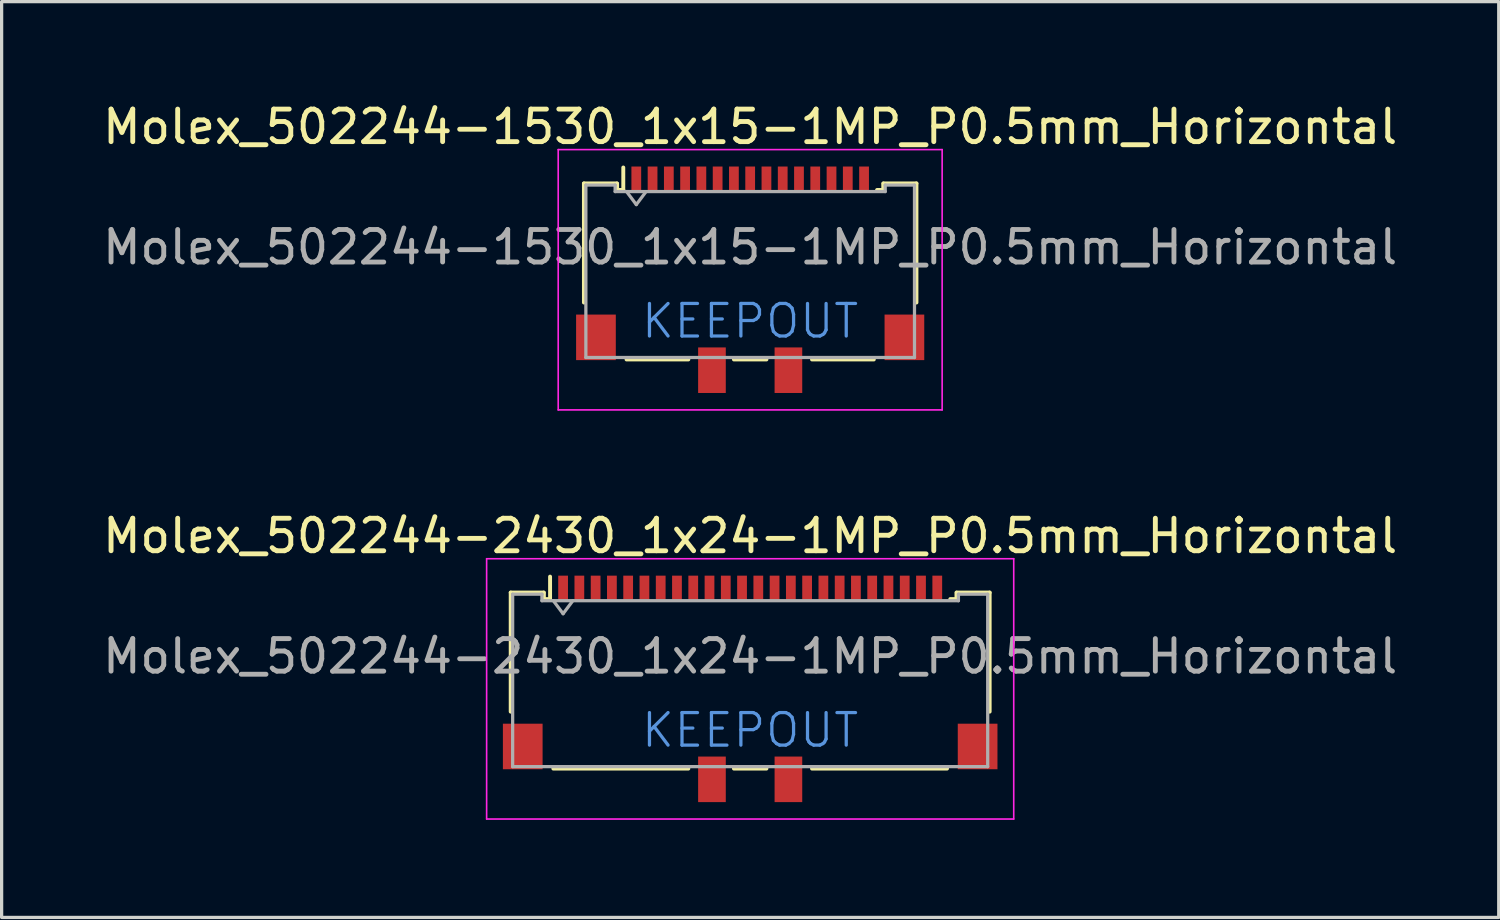
<source format=kicad_pcb>
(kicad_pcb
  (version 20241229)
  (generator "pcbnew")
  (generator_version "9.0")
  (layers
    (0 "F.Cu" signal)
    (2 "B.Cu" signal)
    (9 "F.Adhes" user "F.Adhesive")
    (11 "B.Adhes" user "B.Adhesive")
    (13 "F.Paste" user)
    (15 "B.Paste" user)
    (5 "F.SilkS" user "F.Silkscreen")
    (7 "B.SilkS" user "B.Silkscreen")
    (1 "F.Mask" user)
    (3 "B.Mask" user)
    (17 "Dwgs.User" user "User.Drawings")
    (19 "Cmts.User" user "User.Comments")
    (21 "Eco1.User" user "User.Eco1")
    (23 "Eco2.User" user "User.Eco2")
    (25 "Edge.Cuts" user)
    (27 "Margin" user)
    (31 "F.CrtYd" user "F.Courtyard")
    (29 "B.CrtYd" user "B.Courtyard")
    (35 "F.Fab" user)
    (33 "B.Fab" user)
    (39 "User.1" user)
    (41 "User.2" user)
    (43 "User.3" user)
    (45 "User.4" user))
  (footprint "Molex_502244-1530_1x15-1MP_P0.5mm_Horizontal"
    (layer "F.Cu")
    (at 20.006 5.548)
    (property "Reference" "Molex_502244-1530_1x15-1MP_P0.5mm_Horizontal" (at 0 -4.7 0) (layer "F.SilkS") (effects (font (size 1 1) (thickness 0.15))))
    (attr smd)
    (fp_line (start -5.11 -2.96) (end -4.1 -2.96) (stroke (width 0.12) (type solid)) (layer "F.SilkS"))
    (fp_line (start -5.11 0.7) (end -5.11 -2.96) (stroke (width 0.12) (type solid)) (layer "F.SilkS"))
    (fp_line (start -4.09 -2.76) (end -4.09 -2.96) (stroke (width 0.12) (type solid)) (layer "F.SilkS"))
    (fp_line (start -4.09 -2.76) (end -3.9 -2.76) (stroke (width 0.12) (type solid)) (layer "F.SilkS"))
    (fp_line (start -3.9 -2.76) (end -3.9 -3.45) (stroke (width 0.12) (type solid)) (layer "F.SilkS"))
    (fp_line (start -3.8 2.45) (end -1.9 2.45) (stroke (width 0.12) (type solid)) (layer "F.SilkS"))
    (fp_line (start -0.5 2.45) (end 0.5 2.45) (stroke (width 0.12) (type solid)) (layer "F.SilkS"))
    (fp_line (start 1.9 2.45) (end 3.8 2.45) (stroke (width 0.12) (type solid)) (layer "F.SilkS"))
    (fp_line (start 4.09 -2.96) (end 4.09 -2.76) (stroke (width 0.12) (type solid)) (layer "F.SilkS"))
    (fp_line (start 4.09 -2.76) (end 3.9 -2.76) (stroke (width 0.12) (type solid)) (layer "F.SilkS"))
    (fp_line (start 4.1 -2.96) (end 5.11 -2.96) (stroke (width 0.12) (type solid)) (layer "F.SilkS"))
    (fp_line (start 5.11 -2.96) (end 5.11 0.7) (stroke (width 0.12) (type solid)) (layer "F.SilkS"))
    (fp_line (start -5.9 -4) (end 5.9 -4) (stroke (width 0.05) (type solid)) (layer "F.CrtYd"))
    (fp_line (start -5.9 4) (end -5.9 -4) (stroke (width 0.05) (type solid)) (layer "F.CrtYd"))
    (fp_line (start 5.9 -4) (end 5.9 4) (stroke (width 0.05) (type solid)) (layer "F.CrtYd"))
    (fp_line (start 5.9 4) (end -5.9 4) (stroke (width 0.05) (type solid)) (layer "F.CrtYd"))
    (fp_line (start -5.05 -2.91) (end -5.05 2.39) (stroke (width 0.1) (type solid)) (layer "F.Fab"))
    (fp_line (start -5.05 2.39) (end 5.05 2.39) (stroke (width 0.1) (type solid)) (layer "F.Fab"))
    (fp_line (start -4.15 -2.91) (end -5.05 -2.91) (stroke (width 0.1) (type solid)) (layer "F.Fab"))
    (fp_line (start -4.15 -2.71) (end -4.15 -2.91) (stroke (width 0.1) (type solid)) (layer "F.Fab"))
    (fp_line (start -3.8 -2.71) (end -3.5 -2.31) (stroke (width 0.1) (type solid)) (layer "F.Fab"))
    (fp_line (start -3.5 -2.31) (end -3.2 -2.71) (stroke (width 0.1) (type solid)) (layer "F.Fab"))
    (fp_line (start 4.15 -2.91) (end 4.15 -2.71) (stroke (width 0.1) (type solid)) (layer "F.Fab"))
    (fp_line (start 4.15 -2.71) (end -4.15 -2.71) (stroke (width 0.1) (type solid)) (layer "F.Fab"))
    (fp_line (start 5.05 -2.91) (end 4.15 -2.91) (stroke (width 0.1) (type solid)) (layer "F.Fab"))
    (fp_line (start 5.05 -2.91) (end 5.05 2.39) (stroke (width 0.1) (type solid)) (layer "F.Fab"))
    (fp_text user "KEEPOUT" (at 0 1.271 0) (layer "Cmts.User") (effects (font (size 1 1) (thickness 0.1))))
    (fp_text user "${REFERENCE}" (at 0 -1 0) (layer "F.Fab") (effects (font (size 1 1) (thickness 0.15))))
    (pad "1" smd rect (at -3.5 -3.08) (size 0.3 0.8) (layers "F.Cu" "F.Mask" "F.Paste"))
    (pad "2" smd rect (at -3 -3.08) (size 0.3 0.8) (layers "F.Cu" "F.Mask" "F.Paste"))
    (pad "3" smd rect (at -2.5 -3.08) (size 0.3 0.8) (layers "F.Cu" "F.Mask" "F.Paste"))
    (pad "4" smd rect (at -2 -3.08) (size 0.3 0.8) (layers "F.Cu" "F.Mask" "F.Paste"))
    (pad "5" smd rect (at -1.5 -3.08) (size 0.3 0.8) (layers "F.Cu" "F.Mask" "F.Paste"))
    (pad "6" smd rect (at -1 -3.08) (size 0.3 0.8) (layers "F.Cu" "F.Mask" "F.Paste"))
    (pad "7" smd rect (at -0.5 -3.08) (size 0.3 0.8) (layers "F.Cu" "F.Mask" "F.Paste"))
    (pad "8" smd rect (at 0 -3.08) (size 0.3 0.8) (layers "F.Cu" "F.Mask" "F.Paste"))
    (pad "9" smd rect (at 0.5 -3.08) (size 0.3 0.8) (layers "F.Cu" "F.Mask" "F.Paste"))
    (pad "10" smd rect (at 1 -3.08) (size 0.3 0.8) (layers "F.Cu" "F.Mask" "F.Paste"))
    (pad "11" smd rect (at 1.5 -3.08) (size 0.3 0.8) (layers "F.Cu" "F.Mask" "F.Paste"))
    (pad "12" smd rect (at 2 -3.08) (size 0.3 0.8) (layers "F.Cu" "F.Mask" "F.Paste"))
    (pad "13" smd rect (at 2.5 -3.08) (size 0.3 0.8) (layers "F.Cu" "F.Mask" "F.Paste"))
    (pad "14" smd rect (at 3 -3.08) (size 0.3 0.8) (layers "F.Cu" "F.Mask" "F.Paste"))
    (pad "15" smd rect (at 3.5 -3.08) (size 0.3 0.8) (layers "F.Cu" "F.Mask" "F.Paste"))
    (pad "MP" smd rect (at -4.74 1.77) (size 1.22 1.4) (layers "F.Cu" "F.Mask" "F.Paste"))
    (pad "MP" smd rect (at -1.175 2.78) (size 0.85 1.4) (layers "F.Cu" "F.Mask" "F.Paste"))
    (pad "MP" smd rect (at 1.175 2.78) (size 0.85 1.4) (layers "F.Cu" "F.Mask" "F.Paste"))
    (pad "MP" smd rect (at 4.74 1.77) (size 1.22 1.4) (layers "F.Cu" "F.Mask" "F.Paste"))
    (zone (net_name "") (layer "F.Cu") (hatch full 0.508) (connect_pads) (min_thickness 0.254) (filled_areas_thickness no) (keepout (tracks not_allowed) (vias not_allowed) (pads not_allowed) (copperpour not_allowed) (footprints not_allowed)) (placement (enabled no)) (fill) (polygon (pts (xy 20.006 8.058) (xy 19.256 8.058) (xy 19.256 7.628) (xy 18.406 7.628) (xy 18.406 8.058) (xy 15.876 8.058) (xy 15.876 5.508) (xy 20.006 5.508))))
    (zone (net_name "") (layer "F.Cu") (hatch full 0.508) (connect_pads) (min_thickness 0.254) (filled_areas_thickness no) (keepout (tracks not_allowed) (vias not_allowed) (pads not_allowed) (copperpour not_allowed) (footprints not_allowed)) (placement (enabled no)) (fill) (polygon (pts (xy 20.006 8.058) (xy 20.756 8.058) (xy 20.756 7.628) (xy 21.606 7.628) (xy 21.606 8.058) (xy 24.136 8.058) (xy 24.136 5.508) (xy 20.006 5.508)))))
  (footprint "Molex_502244-2430_1x24-1MP_P0.5mm_Horizontal"
    (layer "F.Cu")
    (at 20.006 18.122)
    (property "Reference" "Molex_502244-2430_1x24-1MP_P0.5mm_Horizontal" (at 0 -4.7 0) (layer "F.SilkS") (effects (font (size 1 1) (thickness 0.15))))
    (attr smd)
    (fp_line (start -7.36 -2.96) (end -6.35 -2.96) (stroke (width 0.12) (type solid)) (layer "F.SilkS"))
    (fp_line (start -7.36 0.7) (end -7.36 -2.96) (stroke (width 0.12) (type solid)) (layer "F.SilkS"))
    (fp_line (start -6.34 -2.76) (end -6.34 -2.96) (stroke (width 0.12) (type solid)) (layer "F.SilkS"))
    (fp_line (start -6.34 -2.76) (end -6.15 -2.76) (stroke (width 0.12) (type solid)) (layer "F.SilkS"))
    (fp_line (start -6.15 -2.76) (end -6.15 -3.45) (stroke (width 0.12) (type solid)) (layer "F.SilkS"))
    (fp_line (start -6.05 2.45) (end -1.9 2.45) (stroke (width 0.12) (type solid)) (layer "F.SilkS"))
    (fp_line (start -0.5 2.45) (end 0.5 2.45) (stroke (width 0.12) (type solid)) (layer "F.SilkS"))
    (fp_line (start 1.9 2.45) (end 6.05 2.45) (stroke (width 0.12) (type solid)) (layer "F.SilkS"))
    (fp_line (start 6.34 -2.96) (end 6.34 -2.76) (stroke (width 0.12) (type solid)) (layer "F.SilkS"))
    (fp_line (start 6.34 -2.76) (end 6.15 -2.76) (stroke (width 0.12) (type solid)) (layer "F.SilkS"))
    (fp_line (start 6.35 -2.96) (end 7.36 -2.96) (stroke (width 0.12) (type solid)) (layer "F.SilkS"))
    (fp_line (start 7.36 -2.96) (end 7.36 0.7) (stroke (width 0.12) (type solid)) (layer "F.SilkS"))
    (fp_line (start -8.1 -4) (end 8.1 -4) (stroke (width 0.05) (type solid)) (layer "F.CrtYd"))
    (fp_line (start -8.1 4) (end -8.1 -4) (stroke (width 0.05) (type solid)) (layer "F.CrtYd"))
    (fp_line (start 8.1 -4) (end 8.1 4) (stroke (width 0.05) (type solid)) (layer "F.CrtYd"))
    (fp_line (start 8.1 4) (end -8.1 4) (stroke (width 0.05) (type solid)) (layer "F.CrtYd"))
    (fp_line (start -7.3 -2.91) (end -7.3 2.39) (stroke (width 0.1) (type solid)) (layer "F.Fab"))
    (fp_line (start -7.3 2.39) (end 7.3 2.39) (stroke (width 0.1) (type solid)) (layer "F.Fab"))
    (fp_line (start -6.4 -2.91) (end -7.3 -2.91) (stroke (width 0.1) (type solid)) (layer "F.Fab"))
    (fp_line (start -6.4 -2.71) (end -6.4 -2.91) (stroke (width 0.1) (type solid)) (layer "F.Fab"))
    (fp_line (start -6.05 -2.71) (end -5.75 -2.31) (stroke (width 0.1) (type solid)) (layer "F.Fab"))
    (fp_line (start -5.75 -2.31) (end -5.45 -2.71) (stroke (width 0.1) (type solid)) (layer "F.Fab"))
    (fp_line (start 6.4 -2.91) (end 6.4 -2.71) (stroke (width 0.1) (type solid)) (layer "F.Fab"))
    (fp_line (start 6.4 -2.71) (end -6.4 -2.71) (stroke (width 0.1) (type solid)) (layer "F.Fab"))
    (fp_line (start 7.3 -2.91) (end 6.4 -2.91) (stroke (width 0.1) (type solid)) (layer "F.Fab"))
    (fp_line (start 7.3 -2.91) (end 7.3 2.39) (stroke (width 0.1) (type solid)) (layer "F.Fab"))
    (fp_text user "KEEPOUT" (at 0 1.271 0) (layer "Cmts.User") (effects (font (size 1 1) (thickness 0.1))))
    (fp_text user "${REFERENCE}" (at 0 -1 0) (layer "F.Fab") (effects (font (size 1 1) (thickness 0.15))))
    (pad "1" smd rect (at -5.75 -3.08) (size 0.3 0.8) (layers "F.Cu" "F.Mask" "F.Paste"))
    (pad "2" smd rect (at -5.25 -3.08) (size 0.3 0.8) (layers "F.Cu" "F.Mask" "F.Paste"))
    (pad "3" smd rect (at -4.75 -3.08) (size 0.3 0.8) (layers "F.Cu" "F.Mask" "F.Paste"))
    (pad "4" smd rect (at -4.25 -3.08) (size 0.3 0.8) (layers "F.Cu" "F.Mask" "F.Paste"))
    (pad "5" smd rect (at -3.75 -3.08) (size 0.3 0.8) (layers "F.Cu" "F.Mask" "F.Paste"))
    (pad "6" smd rect (at -3.25 -3.08) (size 0.3 0.8) (layers "F.Cu" "F.Mask" "F.Paste"))
    (pad "7" smd rect (at -2.75 -3.08) (size 0.3 0.8) (layers "F.Cu" "F.Mask" "F.Paste"))
    (pad "8" smd rect (at -2.25 -3.08) (size 0.3 0.8) (layers "F.Cu" "F.Mask" "F.Paste"))
    (pad "9" smd rect (at -1.75 -3.08) (size 0.3 0.8) (layers "F.Cu" "F.Mask" "F.Paste"))
    (pad "10" smd rect (at -1.25 -3.08) (size 0.3 0.8) (layers "F.Cu" "F.Mask" "F.Paste"))
    (pad "11" smd rect (at -0.75 -3.08) (size 0.3 0.8) (layers "F.Cu" "F.Mask" "F.Paste"))
    (pad "12" smd rect (at -0.25 -3.08) (size 0.3 0.8) (layers "F.Cu" "F.Mask" "F.Paste"))
    (pad "13" smd rect (at 0.25 -3.08) (size 0.3 0.8) (layers "F.Cu" "F.Mask" "F.Paste"))
    (pad "14" smd rect (at 0.75 -3.08) (size 0.3 0.8) (layers "F.Cu" "F.Mask" "F.Paste"))
    (pad "15" smd rect (at 1.25 -3.08) (size 0.3 0.8) (layers "F.Cu" "F.Mask" "F.Paste"))
    (pad "16" smd rect (at 1.75 -3.08) (size 0.3 0.8) (layers "F.Cu" "F.Mask" "F.Paste"))
    (pad "17" smd rect (at 2.25 -3.08) (size 0.3 0.8) (layers "F.Cu" "F.Mask" "F.Paste"))
    (pad "18" smd rect (at 2.75 -3.08) (size 0.3 0.8) (layers "F.Cu" "F.Mask" "F.Paste"))
    (pad "19" smd rect (at 3.25 -3.08) (size 0.3 0.8) (layers "F.Cu" "F.Mask" "F.Paste"))
    (pad "20" smd rect (at 3.75 -3.08) (size 0.3 0.8) (layers "F.Cu" "F.Mask" "F.Paste"))
    (pad "21" smd rect (at 4.25 -3.08) (size 0.3 0.8) (layers "F.Cu" "F.Mask" "F.Paste"))
    (pad "22" smd rect (at 4.75 -3.08) (size 0.3 0.8) (layers "F.Cu" "F.Mask" "F.Paste"))
    (pad "23" smd rect (at 5.25 -3.08) (size 0.3 0.8) (layers "F.Cu" "F.Mask" "F.Paste"))
    (pad "24" smd rect (at 5.75 -3.08) (size 0.3 0.8) (layers "F.Cu" "F.Mask" "F.Paste"))
    (pad "MP" smd rect (at -6.99 1.77) (size 1.22 1.4) (layers "F.Cu" "F.Mask" "F.Paste"))
    (pad "MP" smd rect (at -1.175 2.78) (size 0.85 1.4) (layers "F.Cu" "F.Mask" "F.Paste"))
    (pad "MP" smd rect (at 1.175 2.78) (size 0.85 1.4) (layers "F.Cu" "F.Mask" "F.Paste"))
    (pad "MP" smd rect (at 6.99 1.77) (size 1.22 1.4) (layers "F.Cu" "F.Mask" "F.Paste"))
    (zone (net_name "") (layer "F.Cu") (hatch full 0.508) (connect_pads) (min_thickness 0.254) (filled_areas_thickness no) (keepout (tracks not_allowed) (vias not_allowed) (pads not_allowed) (copperpour not_allowed) (footprints not_allowed)) (placement (enabled no)) (fill) (polygon (pts (xy 20.006 20.631) (xy 19.256 20.631) (xy 19.256 20.201) (xy 18.406 20.201) (xy 18.406 20.631) (xy 13.626 20.631) (xy 13.626 18.081) (xy 20.006 18.081))))
    (zone (net_name "") (layer "F.Cu") (hatch full 0.508) (connect_pads) (min_thickness 0.254) (filled_areas_thickness no) (keepout (tracks not_allowed) (vias not_allowed) (pads not_allowed) (copperpour not_allowed) (footprints not_allowed)) (placement (enabled no)) (fill) (polygon (pts (xy 20.006 20.631) (xy 20.756 20.631) (xy 20.756 20.201) (xy 21.606 20.201) (xy 21.606 20.631) (xy 26.386 20.631) (xy 26.386 18.081) (xy 20.006 18.081)))))
  (gr_rect
    (start -3 -3)
    (end 43.012 25.146)
    (stroke (width 0.1) (type default))
    (fill no)
    (layer "Edge.Cuts")))
</source>
